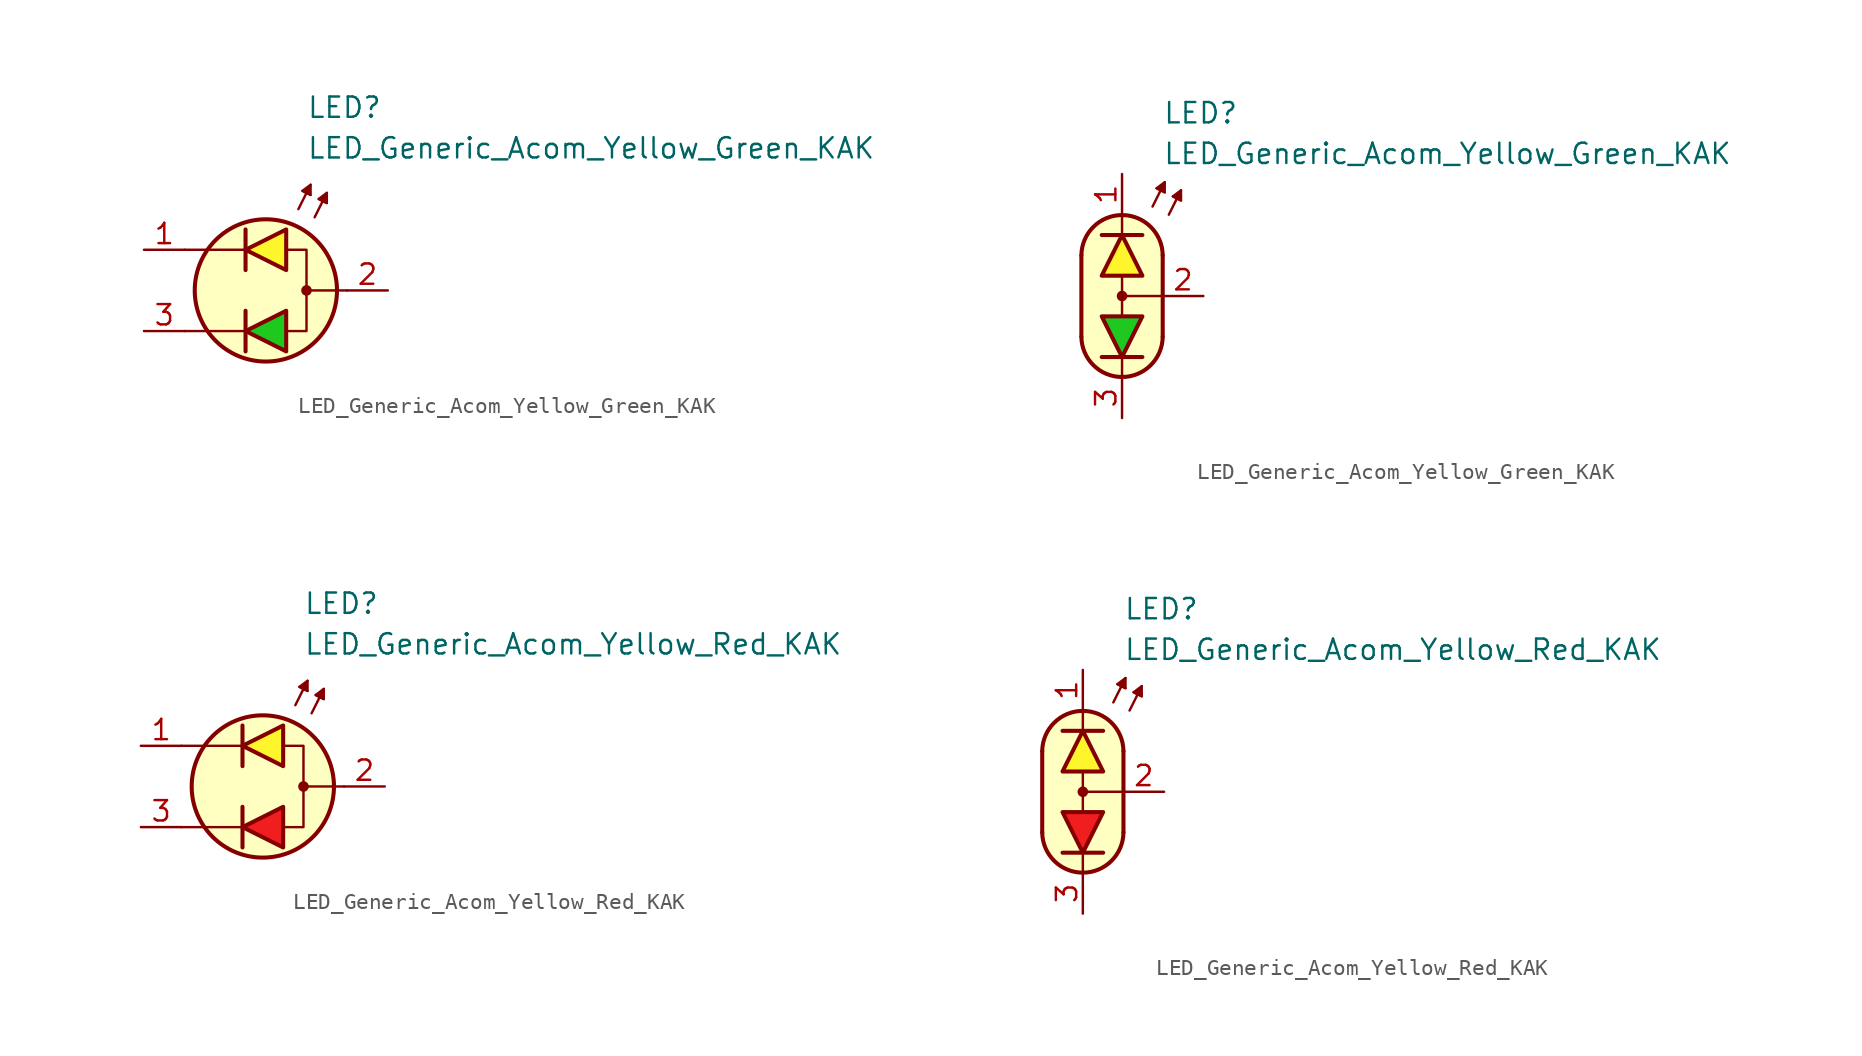
<source format=kicad_sym>
(kicad_symbol_lib
  (version 20231120)
  (generator "kicad_symbol_editor")
  (generator_version "8.0")
  (symbol "LED_Generic_Acom_Yellow_Green_KAK"
    (pin_names
      (offset 1.016) hide)
    (property "Reference" "LED"
      (at 2.54 11.43 0)
      (effects (font (size 1.27 1.27)) (justify left)))
    (property "Value" "LED_Generic_Acom_Yellow_Green_KAK"
      (at 2.54 8.89 0)
      (effects (font (size 1.27 1.27)) (justify left)))
    (symbol "LED_Generic_Acom_Yellow_Green_KAK_0_1"
      (polyline (pts (xy -1.27 -3.81) (xy -1.27 -1.27)) (stroke (width 0.254) (type default)) (fill (type none)))
      (polyline (pts (xy -1.27 -2.54) (xy -5.08 -2.54)) (stroke (width 0.152) (type default)) (fill (type none)))
      (polyline (pts (xy -1.27 1.27) (xy -1.27 3.81)) (stroke (width 0.254) (type default)) (fill (type none)))
      (polyline (pts (xy -1.27 2.54) (xy -5.08 2.54)) (stroke (width 0.152) (type default)) (fill (type none)))
      (polyline (pts (xy 2.032 5.08) (xy 2.794 6.604)) (stroke (width 0.152) (type default)) (fill (type none)))
      (polyline (pts (xy 2.54 6.096) (xy 2.286 6.223)) (stroke (width 0.152) (type default)) (fill (type none)))
      (polyline (pts (xy 2.54 6.096) (xy 2.794 5.969)) (stroke (width 0.152) (type default)) (fill (type none)))
      (polyline (pts (xy 3.048 4.572) (xy 3.81 6.096)) (stroke (width 0.152) (type default)) (fill (type none)))
      (polyline (pts (xy 3.556 5.588) (xy 3.302 5.715)) (stroke (width 0.152) (type default)) (fill (type none)))
      (polyline (pts (xy 3.556 5.588) (xy 3.81 5.461)) (stroke (width 0.152) (type default)) (fill (type none)))
      (polyline (pts (xy 5.08 0) (xy 2.54 0)) (stroke (width 0.152) (type default)) (fill (type none)))
      (polyline (pts (xy 1.27 -3.81) (xy 1.27 -1.27) (xy -1.27 -2.54) (xy 1.27 -3.81)) (stroke (width 0.254) (type default)) (fill (type color) (color 30 200 30 1)))
      (polyline (pts (xy 1.27 1.27) (xy 1.27 3.81) (xy -1.27 2.54) (xy 1.27 1.27)) (stroke (width 0.254) (type default)) (fill (type color) (color 255 245 45 1)))
      (polyline (pts (xy 1.397 2.54) (xy 2.54 2.54) (xy 2.54 -2.54) (xy 1.397 -2.54)) (stroke (width 0.152) (type default)) (fill (type none)))
      (polyline (pts (xy 2.794 5.969) (xy 2.286 6.223) (xy 2.794 6.604) (xy 2.794 5.969)) (stroke (width 0.152) (type default)) (fill (type outline)))
      (polyline (pts (xy 3.81 5.461) (xy 3.302 5.715) (xy 3.81 6.096) (xy 3.81 5.461)) (stroke (width 0.152) (type default)) (fill (type outline)))
      (circle (center 0 0) (radius 4.445) (stroke (width 0.254) (type default)) (fill (type background)))
      (circle (center 2.54 0) (radius 0.254) (stroke (width 0) (type default)) (fill (type outline))))
    (symbol "LED_Generic_Acom_Yellow_Green_KAK_0_2"
      (arc (start -2.54 -2.54) (mid 0 -5.0576) (end 2.54 -2.54) (stroke (width 0.254) (type default)) (fill (type none)))
      (polyline (pts (xy -2.54 2.54) (xy -2.54 -2.54)) (stroke (width 0.254) (type default)) (fill (type none)))
      (polyline (pts (xy -1.27 3.81) (xy 1.27 3.81)) (stroke (width 0.254) (type default)) (fill (type none)))
      (polyline (pts (xy 0 -5.08) (xy 0 -3.81)) (stroke (width 0) (type default)) (fill (type none)))
      (polyline (pts (xy 0 -1.27) (xy 0 1.27)) (stroke (width 0) (type default)) (fill (type none)))
      (polyline (pts (xy 0 5.08) (xy 0 3.81)) (stroke (width 0) (type default)) (fill (type none)))
      (polyline (pts (xy 1.27 -3.81) (xy -1.27 -3.81)) (stroke (width 0.254) (type default)) (fill (type none)))
      (polyline (pts (xy 1.905 5.588) (xy 2.667 7.112)) (stroke (width 0.152) (type default)) (fill (type none)))
      (polyline (pts (xy 2.413 6.604) (xy 2.159 6.731)) (stroke (width 0.152) (type default)) (fill (type none)))
      (polyline (pts (xy 2.413 6.604) (xy 2.667 6.477)) (stroke (width 0.152) (type default)) (fill (type none)))
      (polyline (pts (xy 2.54 -2.54) (xy 2.54 2.54)) (stroke (width 0.254) (type default)) (fill (type none)))
      (polyline (pts (xy 2.54 0) (xy 0 0)) (stroke (width 0) (type default)) (fill (type none)))
      (polyline (pts (xy 2.921 5.08) (xy 3.683 6.604)) (stroke (width 0.152) (type default)) (fill (type none)))
      (polyline (pts (xy 3.429 6.096) (xy 3.175 6.223)) (stroke (width 0.152) (type default)) (fill (type none)))
      (polyline (pts (xy 3.429 6.096) (xy 3.683 5.969)) (stroke (width 0.152) (type default)) (fill (type none)))
      (polyline (pts (xy 2.667 6.477) (xy 2.159 6.731) (xy 2.667 7.112) (xy 2.667 6.477)) (stroke (width 0.152) (type default)) (fill (type outline)))
      (polyline (pts (xy 3.683 5.969) (xy 3.175 6.223) (xy 3.683 6.604) (xy 3.683 5.969)) (stroke (width 0.152) (type default)) (fill (type outline)))
      (polyline (pts (xy 0 5.08) (xy 1.016 4.826) (xy 1.778 4.318) (xy 2.286 3.556) (xy 2.54 3.048) (xy 2.54 -2.794) (xy 2.286 -3.556) (xy 1.778 -4.318) (xy 1.016 -4.826) (xy 0.254 -5.08) (xy -0.254 -5.08) (xy -1.016 -4.826) (xy -1.524 -4.572) (xy -2.032 -4.064) (xy -2.286 -3.556) (xy -2.54 -2.794) (xy -2.54 2.794) (xy -2.286 3.556) (xy -2.032 4.064) (xy -1.524 4.572) (xy -1.016 4.826) (xy 0 5.08)) (stroke (width 0.01) (type default)) (fill (type background)))
      (circle (center 0 0) (radius 0.254) (stroke (width 0) (type default)) (fill (type outline)))
      (arc (start 2.54 2.54) (mid 0 5.0576) (end -2.54 2.54) (stroke (width 0.254) (type default)) (fill (type none))))
    (symbol "LED_Generic_Acom_Yellow_Green_KAK_1_1"
      (pin passive line (at -7.62 2.54 0) (length 2.54) (name "A1" (effects (font (size 1.27 1.27)))) (number "1" (effects (font (size 1.27 1.27)))))
      (pin passive line (at 7.62 0 180) (length 2.54) (name "K" (effects (font (size 1.27 1.27)))) (number "2" (effects (font (size 1.27 1.27)))))
      (pin passive line (at -7.62 -2.54 0) (length 2.54) (name "A2" (effects (font (size 1.27 1.27)))) (number "3" (effects (font (size 1.27 1.27))))))
    (symbol "LED_Generic_Acom_Yellow_Green_KAK_1_2"
      (polyline (pts (xy -1.27 1.27) (xy 1.27 1.27) (xy 0 3.81) (xy -1.27 1.27)) (stroke (width 0.254) (type default)) (fill (type color) (color 255 245 45 1)))
      (polyline (pts (xy 1.27 -1.27) (xy -1.27 -1.27) (xy 0 -3.81) (xy 1.27 -1.27)) (stroke (width 0.254) (type default)) (fill (type color) (color 30 200 30 1)))
      (pin passive line (at 0 7.62 270) (length 2.54) (name "A1" (effects (font (size 1.27 1.27)))) (number "1" (effects (font (size 1.27 1.27)))))
      (pin passive line (at 5.08 0 180) (length 2.54) (name "K" (effects (font (size 1.27 1.27)))) (number "2" (effects (font (size 1.27 1.27)))))
      (pin passive line (at 0 -7.62 90) (length 2.54) (name "A2" (effects (font (size 1.27 1.27)))) (number "3" (effects (font (size 1.27 1.27)))))))
  (symbol "LED_Generic_Acom_Yellow_Red_KAK"
    (pin_names
      (offset 1.016) hide)
    (property "Reference" "LED"
      (at 2.54 11.43 0)
      (effects (font (size 1.27 1.27)) (justify left)))
    (property "Value" "LED_Generic_Acom_Yellow_Red_KAK"
      (at 2.54 8.89 0)
      (effects (font (size 1.27 1.27)) (justify left)))
    (symbol "LED_Generic_Acom_Yellow_Red_KAK_0_1"
      (polyline (pts (xy -1.27 -3.81) (xy -1.27 -1.27)) (stroke (width 0.254) (type default)) (fill (type none)))
      (polyline (pts (xy -1.27 -2.54) (xy -5.08 -2.54)) (stroke (width 0.152) (type default)) (fill (type none)))
      (polyline (pts (xy -1.27 1.27) (xy -1.27 3.81)) (stroke (width 0.254) (type default)) (fill (type none)))
      (polyline (pts (xy -1.27 2.54) (xy -5.08 2.54)) (stroke (width 0.152) (type default)) (fill (type none)))
      (polyline (pts (xy 2.032 5.08) (xy 2.794 6.604)) (stroke (width 0.152) (type default)) (fill (type none)))
      (polyline (pts (xy 2.54 6.096) (xy 2.286 6.223)) (stroke (width 0.152) (type default)) (fill (type none)))
      (polyline (pts (xy 2.54 6.096) (xy 2.794 5.969)) (stroke (width 0.152) (type default)) (fill (type none)))
      (polyline (pts (xy 3.048 4.572) (xy 3.81 6.096)) (stroke (width 0.152) (type default)) (fill (type none)))
      (polyline (pts (xy 3.556 5.588) (xy 3.302 5.715)) (stroke (width 0.152) (type default)) (fill (type none)))
      (polyline (pts (xy 3.556 5.588) (xy 3.81 5.461)) (stroke (width 0.152) (type default)) (fill (type none)))
      (polyline (pts (xy 5.08 0) (xy 2.54 0)) (stroke (width 0.152) (type default)) (fill (type none)))
      (polyline (pts (xy 1.27 -3.81) (xy 1.27 -1.27) (xy -1.27 -2.54) (xy 1.27 -3.81)) (stroke (width 0.254) (type default)) (fill (type color) (color 240 30 30 1)))
      (polyline (pts (xy 1.27 1.27) (xy 1.27 3.81) (xy -1.27 2.54) (xy 1.27 1.27)) (stroke (width 0.254) (type default)) (fill (type color) (color 255 245 45 1)))
      (polyline (pts (xy 1.397 2.54) (xy 2.54 2.54) (xy 2.54 -2.54) (xy 1.397 -2.54)) (stroke (width 0.152) (type default)) (fill (type none)))
      (polyline (pts (xy 2.794 5.969) (xy 2.286 6.223) (xy 2.794 6.604) (xy 2.794 5.969)) (stroke (width 0.152) (type default)) (fill (type outline)))
      (polyline (pts (xy 3.81 5.461) (xy 3.302 5.715) (xy 3.81 6.096) (xy 3.81 5.461)) (stroke (width 0.152) (type default)) (fill (type outline)))
      (circle (center 0 0) (radius 4.445) (stroke (width 0.254) (type default)) (fill (type background)))
      (circle (center 2.54 0) (radius 0.254) (stroke (width 0) (type default)) (fill (type outline))))
    (symbol "LED_Generic_Acom_Yellow_Red_KAK_0_2"
      (arc (start -2.54 -2.54) (mid 0 -5.0576) (end 2.54 -2.54) (stroke (width 0.254) (type default)) (fill (type none)))
      (polyline (pts (xy -2.54 2.54) (xy -2.54 -2.54)) (stroke (width 0.254) (type default)) (fill (type none)))
      (polyline (pts (xy -1.27 3.81) (xy 1.27 3.81)) (stroke (width 0.254) (type default)) (fill (type none)))
      (polyline (pts (xy 0 -5.08) (xy 0 -3.81)) (stroke (width 0) (type default)) (fill (type none)))
      (polyline (pts (xy 0 -1.27) (xy 0 1.27)) (stroke (width 0) (type default)) (fill (type none)))
      (polyline (pts (xy 0 5.08) (xy 0 3.81)) (stroke (width 0) (type default)) (fill (type none)))
      (polyline (pts (xy 1.27 -3.81) (xy -1.27 -3.81)) (stroke (width 0.254) (type default)) (fill (type none)))
      (polyline (pts (xy 1.905 5.588) (xy 2.667 7.112)) (stroke (width 0.152) (type default)) (fill (type none)))
      (polyline (pts (xy 2.413 6.604) (xy 2.159 6.731)) (stroke (width 0.152) (type default)) (fill (type none)))
      (polyline (pts (xy 2.413 6.604) (xy 2.667 6.477)) (stroke (width 0.152) (type default)) (fill (type none)))
      (polyline (pts (xy 2.54 -2.54) (xy 2.54 2.54)) (stroke (width 0.254) (type default)) (fill (type none)))
      (polyline (pts (xy 2.54 0) (xy 0 0)) (stroke (width 0) (type default)) (fill (type none)))
      (polyline (pts (xy 2.921 5.08) (xy 3.683 6.604)) (stroke (width 0.152) (type default)) (fill (type none)))
      (polyline (pts (xy 3.429 6.096) (xy 3.175 6.223)) (stroke (width 0.152) (type default)) (fill (type none)))
      (polyline (pts (xy 3.429 6.096) (xy 3.683 5.969)) (stroke (width 0.152) (type default)) (fill (type none)))
      (polyline (pts (xy 2.667 6.477) (xy 2.159 6.731) (xy 2.667 7.112) (xy 2.667 6.477)) (stroke (width 0.152) (type default)) (fill (type outline)))
      (polyline (pts (xy 3.683 5.969) (xy 3.175 6.223) (xy 3.683 6.604) (xy 3.683 5.969)) (stroke (width 0.152) (type default)) (fill (type outline)))
      (polyline (pts (xy 0 5.08) (xy 1.016 4.826) (xy 1.778 4.318) (xy 2.286 3.556) (xy 2.54 3.048) (xy 2.54 -2.794) (xy 2.286 -3.556) (xy 1.778 -4.318) (xy 1.016 -4.826) (xy 0.254 -5.08) (xy -0.254 -5.08) (xy -1.016 -4.826) (xy -1.524 -4.572) (xy -2.032 -4.064) (xy -2.286 -3.556) (xy -2.54 -2.794) (xy -2.54 2.794) (xy -2.286 3.556) (xy -2.032 4.064) (xy -1.524 4.572) (xy -1.016 4.826) (xy 0 5.08)) (stroke (width 0.01) (type default)) (fill (type background)))
      (circle (center 0 0) (radius 0.254) (stroke (width 0) (type default)) (fill (type outline)))
      (arc (start 2.54 2.54) (mid 0 5.0576) (end -2.54 2.54) (stroke (width 0.254) (type default)) (fill (type none))))
    (symbol "LED_Generic_Acom_Yellow_Red_KAK_1_1"
      (pin passive line (at -7.62 2.54 0) (length 2.54) (name "A1" (effects (font (size 1.27 1.27)))) (number "1" (effects (font (size 1.27 1.27)))))
      (pin passive line (at 7.62 0 180) (length 2.54) (name "K" (effects (font (size 1.27 1.27)))) (number "2" (effects (font (size 1.27 1.27)))))
      (pin passive line (at -7.62 -2.54 0) (length 2.54) (name "A2" (effects (font (size 1.27 1.27)))) (number "3" (effects (font (size 1.27 1.27))))))
    (symbol "LED_Generic_Acom_Yellow_Red_KAK_1_2"
      (polyline (pts (xy -1.27 1.27) (xy 1.27 1.27) (xy 0 3.81) (xy -1.27 1.27)) (stroke (width 0.254) (type default)) (fill (type color) (color 255 245 45 1)))
      (polyline (pts (xy 1.27 -1.27) (xy -1.27 -1.27) (xy 0 -3.81) (xy 1.27 -1.27)) (stroke (width 0.254) (type default)) (fill (type color) (color 240 30 30 1)))
      (pin passive line (at 0 7.62 270) (length 2.54) (name "A1" (effects (font (size 1.27 1.27)))) (number "1" (effects (font (size 1.27 1.27)))))
      (pin passive line (at 5.08 0 180) (length 2.54) (name "K" (effects (font (size 1.27 1.27)))) (number "2" (effects (font (size 1.27 1.27)))))
      (pin passive line (at 0 -7.62 90) (length 2.54) (name "A2" (effects (font (size 1.27 1.27)))) (number "3" (effects (font (size 1.27 1.27))))))))
</source>
